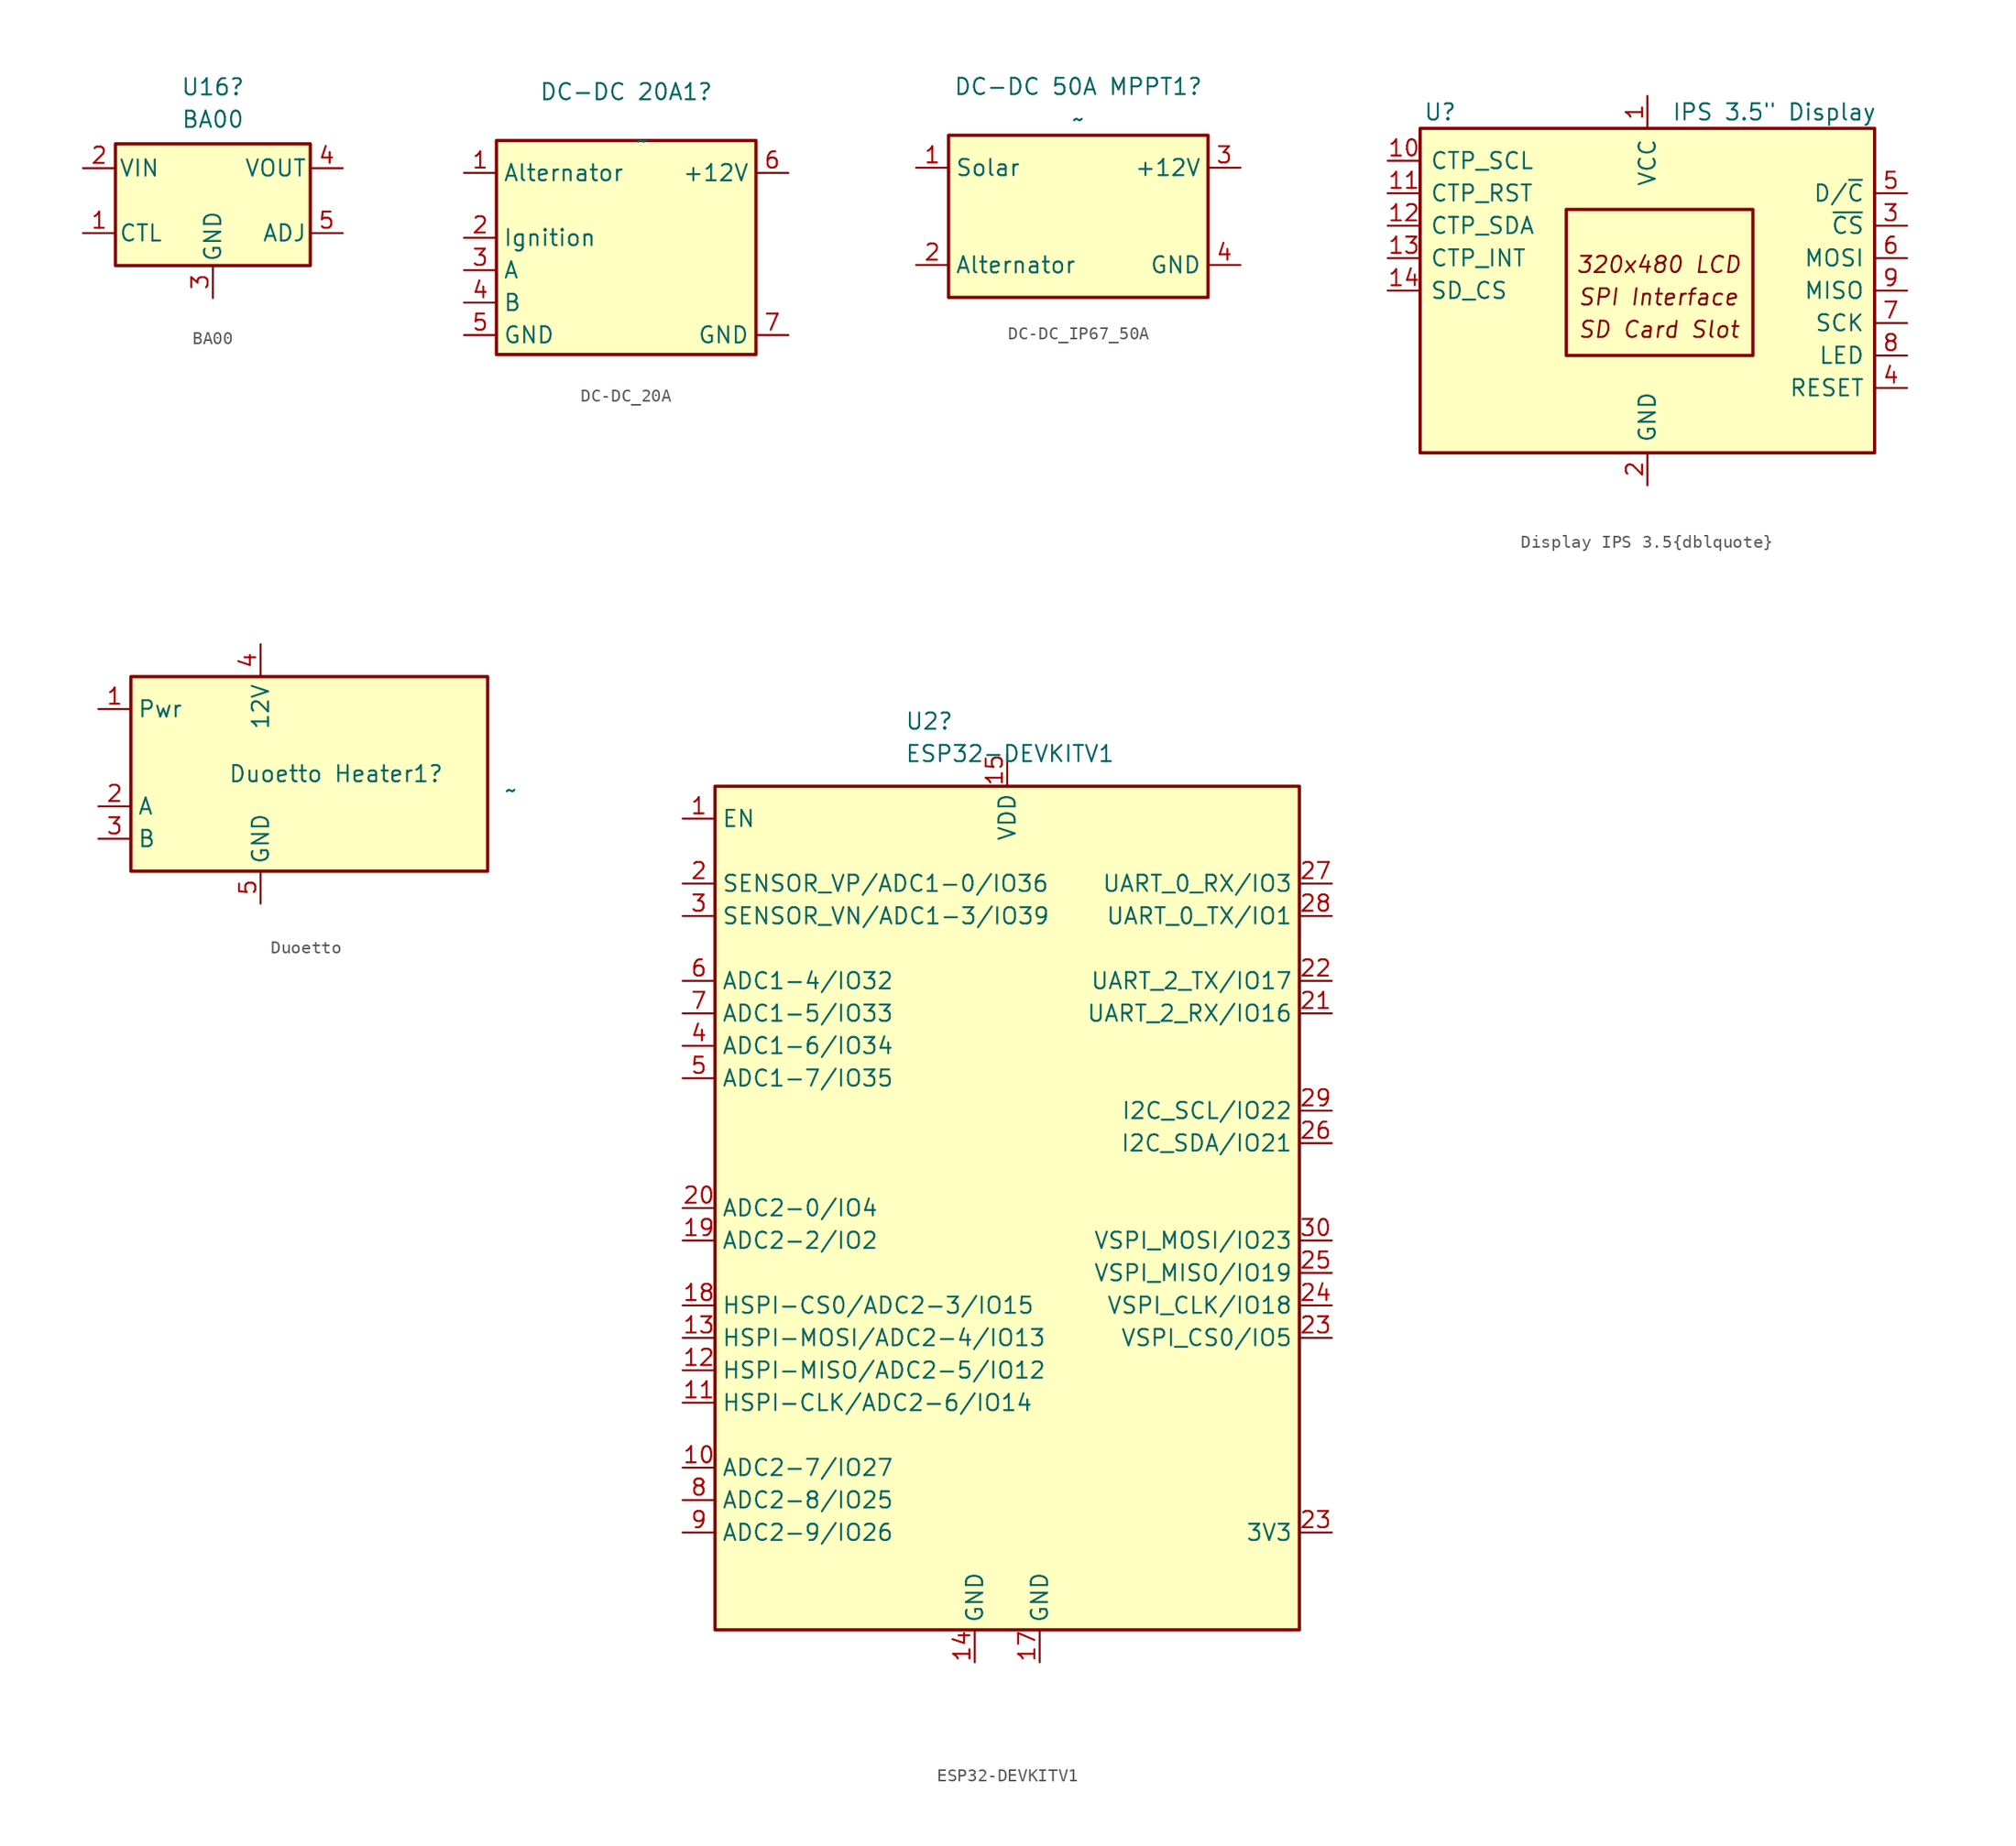
<source format=kicad_sym>
(kicad_symbol_lib
  (version 20241209)
  (generator "kicad_symbol_editor")
  (generator_version "9.0")
  (symbol "BA00"
    (pin_names
      (offset 0.254))
    (property "Reference" "U16"
      (at 0 8.89 0)
      (effects (font (size 1.27 1.27))))
    (property "Value" "BA00"
      (at 0 6.35 0)
      (effects (font (size 1.27 1.27))))
    (symbol "BA00_0_1"
      (rectangle (start -7.62 4.445) (end 7.62 -5.08) (stroke (width 0.254) (type default)) (fill (type background))))
    (symbol "BA00_1_1"
      (pin power_in line (at -10.16 2.54 0) (length 2.54) (name "VIN" (effects (font (size 1.27 1.27)))) (number "2" (effects (font (size 1.27 1.27)))))
      (pin input line (at -10.16 -2.54 0) (length 2.54) (name "CTL" (effects (font (size 1.27 1.27)))) (number "1" (effects (font (size 1.27 1.27)))))
      (pin power_in line (at 0 -7.62 90) (length 2.54) (name "GND" (effects (font (size 1.27 1.27)))) (number "3" (effects (font (size 1.27 1.27)))))
      (pin power_out line (at 10.16 2.54 180) (length 2.54) (name "VOUT" (effects (font (size 1.27 1.27)))) (number "4" (effects (font (size 1.27 1.27)))))
      (pin input line (at 10.16 -2.54 180) (length 2.54) (name "ADJ" (effects (font (size 1.27 1.27)))) (number "5" (effects (font (size 1.27 1.27)))))))
  (symbol "DC-DC_20A"
    (property "Reference" "DC-DC 20A1"
      (at -2.54 3.81 0)
      (effects (font (size 1.27 1.27))))
    (property "Value" "~"
      (at -1.27 0 0)
      (effects (font (size 1.27 1.27))))
    (symbol "DC-DC_20A_0_1"
      (rectangle (start -12.7 0) (end 7.62 -16.764) (stroke (width 0.254) (type default)) (fill (type background))))
    (symbol "DC-DC_20A_1_1"
      (pin output line (at -15.24 -2.54 0) (length 2.54) (name "Alternator" (effects (font (size 1.27 1.27)))) (number "1" (effects (font (size 1.27 1.27)))))
      (pin input line (at -15.24 -7.62 0) (length 2.54) (name "Ignition" (effects (font (size 1.27 1.27)))) (number "2" (effects (font (size 1.27 1.27)))))
      (pin output line (at -15.24 -10.16 0) (length 2.54) (name "A" (effects (font (size 1.27 1.27)))) (number "3" (effects (font (size 1.27 1.27)))))
      (pin input line (at -15.24 -12.7 0) (length 2.54) (name "B" (effects (font (size 1.27 1.27)))) (number "4" (effects (font (size 1.27 1.27)))))
      (pin power_in line (at -15.24 -15.24 0) (length 2.54) (name "GND" (effects (font (size 1.27 1.27)))) (number "5" (effects (font (size 1.27 1.27)))))
      (pin power_out line (at 10.16 -2.54 180) (length 2.54) (name "+12V" (effects (font (size 1.27 1.27)))) (number "6" (effects (font (size 1.27 1.27)))))
      (pin input line (at 10.16 -15.24 180) (length 2.54) (name "GND" (effects (font (size 1.27 1.27)))) (number "7" (effects (font (size 1.27 1.27)))))))
  (symbol "DC-DC_IP67_50A"
    (property "Reference" "DC-DC 50A MPPT1"
      (at -1.27 2.54 0)
      (effects (font (size 1.27 1.27))))
    (property "Value" "~"
      (at -1.27 0 0)
      (effects (font (size 1.27 1.27))))
    (symbol "DC-DC_IP67_50A_0_1"
      (rectangle (start -11.43 -1.27) (end 8.89 -13.97) (stroke (width 0.254) (type default)) (fill (type background))))
    (symbol "DC-DC_IP67_50A_1_1"
      (pin input line (at -13.97 -3.81 0) (length 2.54) (name "Solar" (effects (font (size 1.27 1.27)))) (number "1" (effects (font (size 1.27 1.27)))))
      (pin input line (at -13.97 -11.43 0) (length 2.54) (name "Alternator" (effects (font (size 1.27 1.27)))) (number "2" (effects (font (size 1.27 1.27)))))
      (pin power_out line (at 11.43 -3.81 180) (length 2.54) (name "+12V" (effects (font (size 1.27 1.27)))) (number "3" (effects (font (size 1.27 1.27)))))
      (pin input line (at 11.43 -11.43 180) (length 2.54) (name "GND" (effects (font (size 1.27 1.27)))) (number "4" (effects (font (size 1.27 1.27)))))))
  (symbol "Display IPS 3.5{dblquote}"
    (pin_names
      (offset 0.762))
    (property "Reference" "U"
      (at -17.526 13.97 0)
      (effects (font (size 1.27 1.27)) (justify left)))
    (property "Value" "IPS 3.5{dblquote} Display"
      (at 1.905 13.97 0)
      (effects (font (size 1.27 1.27)) (justify left)))
    (symbol "Display IPS 3.5{dblquote}_0_0"
      (text "SPI Interface" (at -5.461 -0.508 0) (effects (font (size 1.27 1.27) (italic yes)) (justify left)))
      (text "SD Card Slot" (at -5.461 -3.048 0) (effects (font (size 1.27 1.27) (italic yes)) (justify left)))
      (text "320x480 LCD" (at 0.889 2.032 0) (effects (font (size 1.27 1.27) (italic yes)))))
    (symbol "Display IPS 3.5{dblquote}_0_1"
      (rectangle (start -17.78 12.7) (end 17.78 -12.7) (stroke (width 0.254) (type default)) (fill (type background)))
      (rectangle (start -6.35 6.35) (end 8.255 -5.08) (stroke (width 0.254) (type default)) (fill (type none))))
    (symbol "Display IPS 3.5{dblquote}_1_1"
      (pin input line (at -20.32 10.16 0) (length 2.54) (name "CTP_SCL" (effects (font (size 1.27 1.27)))) (number "10" (effects (font (size 1.27 1.27)))))
      (pin input line (at -20.32 7.62 0) (length 2.54) (name "CTP_RST" (effects (font (size 1.27 1.27)))) (number "11" (effects (font (size 1.27 1.27)))))
      (pin output line (at -20.32 5.08 0) (length 2.54) (name "CTP_SDA" (effects (font (size 1.27 1.27)))) (number "12" (effects (font (size 1.27 1.27)))))
      (pin input line (at -20.32 2.54 0) (length 2.54) (name "CTP_INT" (effects (font (size 1.27 1.27)))) (number "13" (effects (font (size 1.27 1.27)))))
      (pin input line (at -20.32 0 0) (length 2.54) (name "SD_CS" (effects (font (size 1.27 1.27)))) (number "14" (effects (font (size 1.27 1.27)))))
      (pin power_in line (at 0 15.24 270) (length 2.54) (name "VCC" (effects (font (size 1.27 1.27)))) (number "1" (effects (font (size 1.27 1.27)))))
      (pin power_in line (at 0 -15.24 90) (length 2.54) (name "GND" (effects (font (size 1.27 1.27)))) (number "2" (effects (font (size 1.27 1.27)))))
      (pin input line (at 20.32 7.62 180) (length 2.54) (name "D/~{C}" (effects (font (size 1.27 1.27)))) (number "5" (effects (font (size 1.27 1.27)))))
      (pin input line (at 20.32 5.08 180) (length 2.54) (name "~{CS}" (effects (font (size 1.27 1.27)))) (number "3" (effects (font (size 1.27 1.27)))))
      (pin input line (at 20.32 2.54 180) (length 2.54) (name "MOSI" (effects (font (size 1.27 1.27)))) (number "6" (effects (font (size 1.27 1.27)))))
      (pin output line (at 20.32 0 180) (length 2.54) (name "MISO" (effects (font (size 1.27 1.27)))) (number "9" (effects (font (size 1.27 1.27)))))
      (pin input line (at 20.32 -2.54 180) (length 2.54) (name "SCK" (effects (font (size 1.27 1.27)))) (number "7" (effects (font (size 1.27 1.27)))))
      (pin input line (at 20.32 -5.08 180) (length 2.54) (name "LED" (effects (font (size 1.27 1.27)))) (number "8" (effects (font (size 1.27 1.27)))))
      (pin input line (at 20.32 -7.62 180) (length 2.54) (name "RESET" (effects (font (size 1.27 1.27)))) (number "4" (effects (font (size 1.27 1.27)))))))
  (symbol "Duoetto"
    (property "Reference" "Duoetto Heater1"
      (at 5.08 0 0)
      (effects (font (size 1.27 1.27)) (justify left)))
    (property "Value" "~"
      (at 26.67 -1.27 0)
      (effects (font (size 1.27 1.27)) (justify left)))
    (symbol "Duoetto_0_1"
      (rectangle (start -2.54 7.62) (end 25.4 -7.62) (stroke (width 0.254) (type default)) (fill (type background))))
    (symbol "Duoetto_1_1"
      (pin input line (at -5.08 5.08 0) (length 2.54) (name "Pwr" (effects (font (size 1.27 1.27)))) (number "1" (effects (font (size 1.27 1.27)))))
      (pin output line (at -5.08 -2.54 0) (length 2.54) (name "A" (effects (font (size 1.27 1.27)))) (number "2" (effects (font (size 1.27 1.27)))))
      (pin input line (at -5.08 -5.08 0) (length 2.54) (name "B" (effects (font (size 1.27 1.27)))) (number "3" (effects (font (size 1.27 1.27)))))
      (pin input line (at 7.62 10.16 270) (length 2.54) (name "12V" (effects (font (size 1.27 1.27)))) (number "4" (effects (font (size 1.27 1.27)))))
      (pin power_in line (at 7.62 -10.16 90) (length 2.54) (name "GND" (effects (font (size 1.27 1.27)))) (number "5" (effects (font (size 1.27 1.27)))))))
  (symbol "ESP32-DEVKITV1"
    (property "Reference" "U2"
      (at 2.143 38.1 0)
      (effects (font (size 1.27 1.27)) (justify left)))
    (property "Value" "ESP32-DEVKITV1"
      (at 2.143 35.56 0)
      (effects (font (size 1.27 1.27)) (justify left)))
    (symbol "ESP32-DEVKITV1_0_1"
      (rectangle (start -12.7 33.02) (end 33.02 -33.02) (stroke (width 0.254) (type default)) (fill (type background))))
    (symbol "ESP32-DEVKITV1_1_1"
      (pin input line (at -15.24 30.48 0) (length 2.54) (name "EN" (effects (font (size 1.27 1.27)))) (number "1" (effects (font (size 1.27 1.27)))))
      (pin input line (at -15.24 25.4 0) (length 2.54) (name "SENSOR_VP/ADC1-0/IO36" (effects (font (size 1.27 1.27)))) (number "2" (effects (font (size 1.27 1.27)))))
      (pin input line (at -15.24 22.86 0) (length 2.54) (name "SENSOR_VN/ADC1-3/IO39" (effects (font (size 1.27 1.27)))) (number "3" (effects (font (size 1.27 1.27)))))
      (pin bidirectional line (at -15.24 17.78 0) (length 2.54) (name "ADC1-4/IO32" (effects (font (size 1.27 1.27)))) (number "6" (effects (font (size 1.27 1.27)))))
      (pin bidirectional line (at -15.24 15.24 0) (length 2.54) (name "ADC1-5/IO33" (effects (font (size 1.27 1.27)))) (number "7" (effects (font (size 1.27 1.27)))))
      (pin input line (at -15.24 12.7 0) (length 2.54) (name "ADC1-6/IO34" (effects (font (size 1.27 1.27)))) (number "4" (effects (font (size 1.27 1.27)))))
      (pin input line (at -15.24 10.16 0) (length 2.54) (name "ADC1-7/IO35" (effects (font (size 1.27 1.27)))) (number "5" (effects (font (size 1.27 1.27)))))
      (pin bidirectional line (at -15.24 0 0) (length 2.54) (name "ADC2-0/IO4" (effects (font (size 1.27 1.27)))) (number "20" (effects (font (size 1.27 1.27)))))
      (pin bidirectional line (at -15.24 -2.54 0) (length 2.54) (name "ADC2-2/IO2" (effects (font (size 1.27 1.27)))) (number "19" (effects (font (size 1.27 1.27)))))
      (pin bidirectional line (at -15.24 -7.62 0) (length 2.54) (name "HSPI-CS0/ADC2-3/IO15" (effects (font (size 1.27 1.27)))) (number "18" (effects (font (size 1.27 1.27)))))
      (pin bidirectional line (at -15.24 -10.16 0) (length 2.54) (name "HSPI-MOSI/ADC2-4/IO13" (effects (font (size 1.27 1.27)))) (number "13" (effects (font (size 1.27 1.27)))))
      (pin bidirectional line (at -15.24 -12.7 0) (length 2.54) (name "HSPI-MISO/ADC2-5/IO12" (effects (font (size 1.27 1.27)))) (number "12" (effects (font (size 1.27 1.27)))))
      (pin bidirectional line (at -15.24 -15.24 0) (length 2.54) (name "HSPI-CLK/ADC2-6/IO14" (effects (font (size 1.27 1.27)))) (number "11" (effects (font (size 1.27 1.27)))))
      (pin bidirectional line (at -15.24 -20.32 0) (length 2.54) (name "ADC2-7/IO27" (effects (font (size 1.27 1.27)))) (number "10" (effects (font (size 1.27 1.27)))))
      (pin bidirectional line (at -15.24 -22.86 0) (length 2.54) (name "ADC2-8/IO25" (effects (font (size 1.27 1.27)))) (number "8" (effects (font (size 1.27 1.27)))))
      (pin bidirectional line (at -15.24 -25.4 0) (length 2.54) (name "ADC2-9/IO26" (effects (font (size 1.27 1.27)))) (number "9" (effects (font (size 1.27 1.27)))))
      (pin passive line (at 0 -35.56 90) (length 2.54) (hide yes) (name "GND" (effects (font (size 1.27 1.27)))) (number "15" (effects (font (size 1.27 1.27)))))
      (pin passive line (at 0 -35.56 90) (length 2.54) (hide yes) (name "GND" (effects (font (size 1.27 1.27)))) (number "38" (effects (font (size 1.27 1.27)))))
      (pin passive line (at 0 -35.56 90) (length 2.54) (hide yes) (name "GND" (effects (font (size 1.27 1.27)))) (number "39" (effects (font (size 1.27 1.27)))))
      (pin power_in line (at 7.62 -35.56 90) (length 2.54) (name "GND" (effects (font (size 1.27 1.27)))) (number "14" (effects (font (size 1.27 1.27)))))
      (pin power_in line (at 10.16 35.56 270) (length 2.54) (name "VDD" (effects (font (size 1.27 1.27)))) (number "15" (effects (font (size 1.27 1.27)))))
      (pin power_in line (at 12.7 -35.56 90) (length 2.54) (name "GND" (effects (font (size 1.27 1.27)))) (number "17" (effects (font (size 1.27 1.27)))))
      (pin bidirectional line (at 35.56 25.4 180) (length 2.54) (name "UART_0_RX/IO3" (effects (font (size 1.27 1.27)))) (number "27" (effects (font (size 1.27 1.27)))))
      (pin bidirectional line (at 35.56 22.86 180) (length 2.54) (name "UART_0_TX/IO1" (effects (font (size 1.27 1.27)))) (number "28" (effects (font (size 1.27 1.27)))))
      (pin bidirectional line (at 35.56 17.78 180) (length 2.54) (name "UART_2_TX/IO17" (effects (font (size 1.27 1.27)))) (number "22" (effects (font (size 1.27 1.27)))))
      (pin bidirectional line (at 35.56 15.24 180) (length 2.54) (name "UART_2_RX/IO16" (effects (font (size 1.27 1.27)))) (number "21" (effects (font (size 1.27 1.27)))))
      (pin bidirectional line (at 35.56 7.62 180) (length 2.54) (name "I2C_SCL/IO22" (effects (font (size 1.27 1.27)))) (number "29" (effects (font (size 1.27 1.27)))))
      (pin bidirectional line (at 35.56 5.08 180) (length 2.54) (name "I2C_SDA/IO21" (effects (font (size 1.27 1.27)))) (number "26" (effects (font (size 1.27 1.27)))))
      (pin bidirectional line (at 35.56 -2.54 180) (length 2.54) (name "VSPI_MOSI/IO23" (effects (font (size 1.27 1.27)))) (number "30" (effects (font (size 1.27 1.27)))))
      (pin bidirectional line (at 35.56 -5.08 180) (length 2.54) (name "VSPI_MISO/IO19" (effects (font (size 1.27 1.27)))) (number "25" (effects (font (size 1.27 1.27)))))
      (pin bidirectional line (at 35.56 -7.62 180) (length 2.54) (name "VSPI_CLK/IO18" (effects (font (size 1.27 1.27)))) (number "24" (effects (font (size 1.27 1.27)))))
      (pin bidirectional line (at 35.56 -10.16 180) (length 2.54) (name "VSPI_CS0/IO5" (effects (font (size 1.27 1.27)))) (number "23" (effects (font (size 1.27 1.27)))))
      (pin bidirectional line (at 35.56 -25.4 180) (length 2.54) (name "3V3" (effects (font (size 1.27 1.27)))) (number "23" (effects (font (size 1.27 1.27))))))))
</source>
